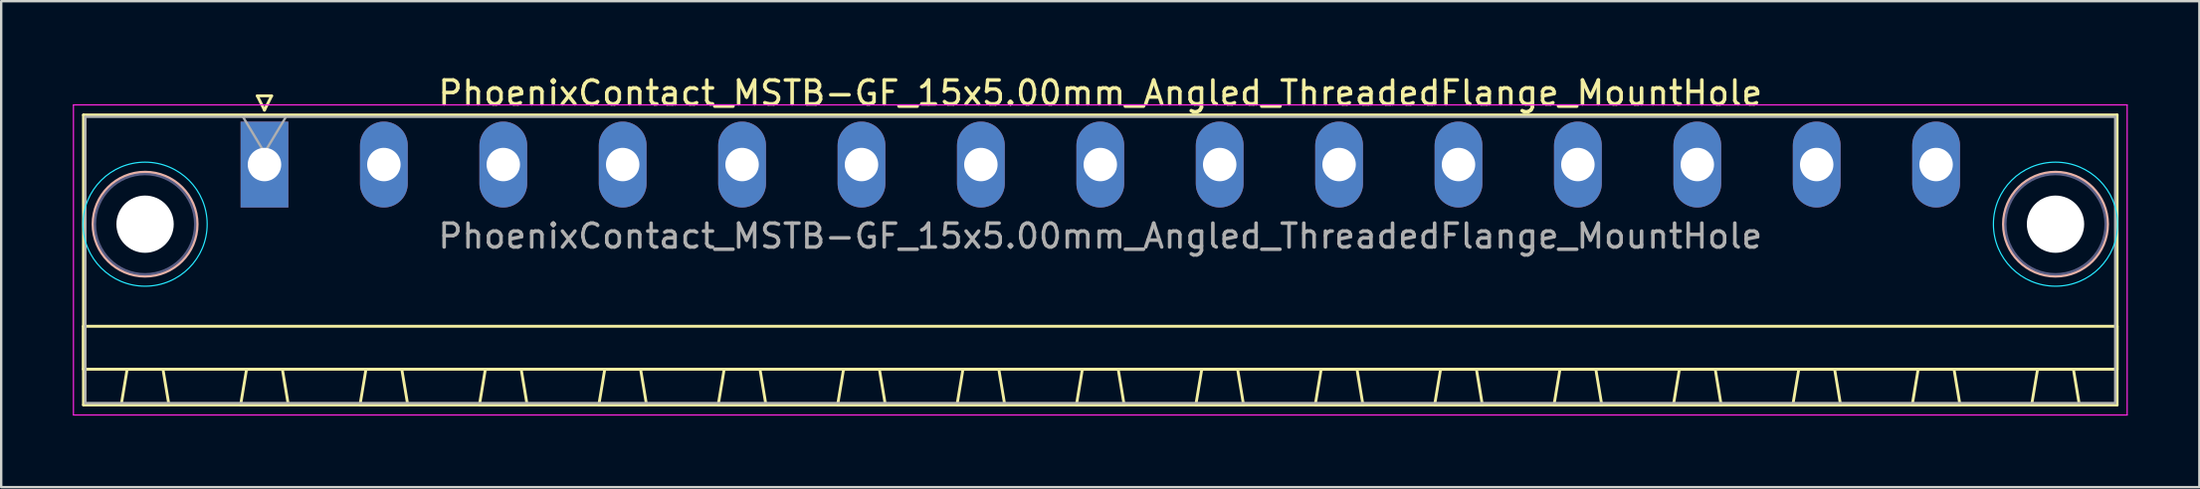
<source format=kicad_pcb>
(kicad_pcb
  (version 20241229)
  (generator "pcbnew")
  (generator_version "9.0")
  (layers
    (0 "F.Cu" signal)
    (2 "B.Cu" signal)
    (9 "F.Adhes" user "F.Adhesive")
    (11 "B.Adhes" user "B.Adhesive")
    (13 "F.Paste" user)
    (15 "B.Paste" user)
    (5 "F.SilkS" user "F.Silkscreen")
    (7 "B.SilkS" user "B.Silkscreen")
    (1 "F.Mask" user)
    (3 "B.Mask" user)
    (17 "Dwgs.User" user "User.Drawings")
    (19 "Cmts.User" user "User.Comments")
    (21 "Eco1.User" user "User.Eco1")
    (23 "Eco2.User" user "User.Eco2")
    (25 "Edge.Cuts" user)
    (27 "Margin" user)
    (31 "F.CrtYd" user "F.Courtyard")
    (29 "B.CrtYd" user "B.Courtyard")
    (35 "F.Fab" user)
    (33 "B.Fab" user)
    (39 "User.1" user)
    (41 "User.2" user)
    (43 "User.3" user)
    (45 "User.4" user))
  (footprint "PhoenixContact_MSTB-GF_15x5.00mm_Angled_ThreadedFlange_MountHole"
    (layer "F.Cu")
    (at 8.025 3.848)
    (property "Reference" "PhoenixContact_MSTB-GF_15x5.00mm_Angled_ThreadedFlange_MountHole" (at 35 -3 0) (layer "F.SilkS") (effects (font (size 1 1) (thickness 0.15))))
    (attr through_hole)
    (fp_line (start -7.58 -2.08) (end -7.58 10.08) (stroke (width 0.12) (type solid)) (layer "F.SilkS"))
    (fp_line (start -7.58 6.78) (end 77.58 6.78) (stroke (width 0.12) (type solid)) (layer "F.SilkS"))
    (fp_line (start -7.58 8.58) (end -7.58 6.78) (stroke (width 0.12) (type solid)) (layer "F.SilkS"))
    (fp_line (start -7.58 10.08) (end 77.58 10.08) (stroke (width 0.12) (type solid)) (layer "F.SilkS"))
    (fp_line (start -6 10.08) (end -4 10.08) (stroke (width 0.12) (type solid)) (layer "F.SilkS"))
    (fp_line (start -5.75 8.58) (end -6 10.08) (stroke (width 0.12) (type solid)) (layer "F.SilkS"))
    (fp_line (start -4.25 8.58) (end -5.75 8.58) (stroke (width 0.12) (type solid)) (layer "F.SilkS"))
    (fp_line (start -4 10.08) (end -4.25 8.58) (stroke (width 0.12) (type solid)) (layer "F.SilkS"))
    (fp_line (start -1 10.08) (end 1 10.08) (stroke (width 0.12) (type solid)) (layer "F.SilkS"))
    (fp_line (start -0.75 8.58) (end -1 10.08) (stroke (width 0.12) (type solid)) (layer "F.SilkS"))
    (fp_line (start -0.3 -2.88) (end 0.3 -2.88) (stroke (width 0.12) (type solid)) (layer "F.SilkS"))
    (fp_line (start 0 -2.28) (end -0.3 -2.88) (stroke (width 0.12) (type solid)) (layer "F.SilkS"))
    (fp_line (start 0.3 -2.88) (end 0 -2.28) (stroke (width 0.12) (type solid)) (layer "F.SilkS"))
    (fp_line (start 0.75 8.58) (end -0.75 8.58) (stroke (width 0.12) (type solid)) (layer "F.SilkS"))
    (fp_line (start 1 10.08) (end 0.75 8.58) (stroke (width 0.12) (type solid)) (layer "F.SilkS"))
    (fp_line (start 4 10.08) (end 6 10.08) (stroke (width 0.12) (type solid)) (layer "F.SilkS"))
    (fp_line (start 4.25 8.58) (end 4 10.08) (stroke (width 0.12) (type solid)) (layer "F.SilkS"))
    (fp_line (start 5.75 8.58) (end 4.25 8.58) (stroke (width 0.12) (type solid)) (layer "F.SilkS"))
    (fp_line (start 6 10.08) (end 5.75 8.58) (stroke (width 0.12) (type solid)) (layer "F.SilkS"))
    (fp_line (start 9 10.08) (end 11 10.08) (stroke (width 0.12) (type solid)) (layer "F.SilkS"))
    (fp_line (start 9.25 8.58) (end 9 10.08) (stroke (width 0.12) (type solid)) (layer "F.SilkS"))
    (fp_line (start 10.75 8.58) (end 9.25 8.58) (stroke (width 0.12) (type solid)) (layer "F.SilkS"))
    (fp_line (start 11 10.08) (end 10.75 8.58) (stroke (width 0.12) (type solid)) (layer "F.SilkS"))
    (fp_line (start 14 10.08) (end 16 10.08) (stroke (width 0.12) (type solid)) (layer "F.SilkS"))
    (fp_line (start 14.25 8.58) (end 14 10.08) (stroke (width 0.12) (type solid)) (layer "F.SilkS"))
    (fp_line (start 15.75 8.58) (end 14.25 8.58) (stroke (width 0.12) (type solid)) (layer "F.SilkS"))
    (fp_line (start 16 10.08) (end 15.75 8.58) (stroke (width 0.12) (type solid)) (layer "F.SilkS"))
    (fp_line (start 19 10.08) (end 21 10.08) (stroke (width 0.12) (type solid)) (layer "F.SilkS"))
    (fp_line (start 19.25 8.58) (end 19 10.08) (stroke (width 0.12) (type solid)) (layer "F.SilkS"))
    (fp_line (start 20.75 8.58) (end 19.25 8.58) (stroke (width 0.12) (type solid)) (layer "F.SilkS"))
    (fp_line (start 21 10.08) (end 20.75 8.58) (stroke (width 0.12) (type solid)) (layer "F.SilkS"))
    (fp_line (start 24 10.08) (end 26 10.08) (stroke (width 0.12) (type solid)) (layer "F.SilkS"))
    (fp_line (start 24.25 8.58) (end 24 10.08) (stroke (width 0.12) (type solid)) (layer "F.SilkS"))
    (fp_line (start 25.75 8.58) (end 24.25 8.58) (stroke (width 0.12) (type solid)) (layer "F.SilkS"))
    (fp_line (start 26 10.08) (end 25.75 8.58) (stroke (width 0.12) (type solid)) (layer "F.SilkS"))
    (fp_line (start 29 10.08) (end 31 10.08) (stroke (width 0.12) (type solid)) (layer "F.SilkS"))
    (fp_line (start 29.25 8.58) (end 29 10.08) (stroke (width 0.12) (type solid)) (layer "F.SilkS"))
    (fp_line (start 30.75 8.58) (end 29.25 8.58) (stroke (width 0.12) (type solid)) (layer "F.SilkS"))
    (fp_line (start 31 10.08) (end 30.75 8.58) (stroke (width 0.12) (type solid)) (layer "F.SilkS"))
    (fp_line (start 34 10.08) (end 36 10.08) (stroke (width 0.12) (type solid)) (layer "F.SilkS"))
    (fp_line (start 34.25 8.58) (end 34 10.08) (stroke (width 0.12) (type solid)) (layer "F.SilkS"))
    (fp_line (start 35.75 8.58) (end 34.25 8.58) (stroke (width 0.12) (type solid)) (layer "F.SilkS"))
    (fp_line (start 36 10.08) (end 35.75 8.58) (stroke (width 0.12) (type solid)) (layer "F.SilkS"))
    (fp_line (start 39 10.08) (end 41 10.08) (stroke (width 0.12) (type solid)) (layer "F.SilkS"))
    (fp_line (start 39.25 8.58) (end 39 10.08) (stroke (width 0.12) (type solid)) (layer "F.SilkS"))
    (fp_line (start 40.75 8.58) (end 39.25 8.58) (stroke (width 0.12) (type solid)) (layer "F.SilkS"))
    (fp_line (start 41 10.08) (end 40.75 8.58) (stroke (width 0.12) (type solid)) (layer "F.SilkS"))
    (fp_line (start 44 10.08) (end 46 10.08) (stroke (width 0.12) (type solid)) (layer "F.SilkS"))
    (fp_line (start 44.25 8.58) (end 44 10.08) (stroke (width 0.12) (type solid)) (layer "F.SilkS"))
    (fp_line (start 45.75 8.58) (end 44.25 8.58) (stroke (width 0.12) (type solid)) (layer "F.SilkS"))
    (fp_line (start 46 10.08) (end 45.75 8.58) (stroke (width 0.12) (type solid)) (layer "F.SilkS"))
    (fp_line (start 49 10.08) (end 51 10.08) (stroke (width 0.12) (type solid)) (layer "F.SilkS"))
    (fp_line (start 49.25 8.58) (end 49 10.08) (stroke (width 0.12) (type solid)) (layer "F.SilkS"))
    (fp_line (start 50.75 8.58) (end 49.25 8.58) (stroke (width 0.12) (type solid)) (layer "F.SilkS"))
    (fp_line (start 51 10.08) (end 50.75 8.58) (stroke (width 0.12) (type solid)) (layer "F.SilkS"))
    (fp_line (start 54 10.08) (end 56 10.08) (stroke (width 0.12) (type solid)) (layer "F.SilkS"))
    (fp_line (start 54.25 8.58) (end 54 10.08) (stroke (width 0.12) (type solid)) (layer "F.SilkS"))
    (fp_line (start 55.75 8.58) (end 54.25 8.58) (stroke (width 0.12) (type solid)) (layer "F.SilkS"))
    (fp_line (start 56 10.08) (end 55.75 8.58) (stroke (width 0.12) (type solid)) (layer "F.SilkS"))
    (fp_line (start 59 10.08) (end 61 10.08) (stroke (width 0.12) (type solid)) (layer "F.SilkS"))
    (fp_line (start 59.25 8.58) (end 59 10.08) (stroke (width 0.12) (type solid)) (layer "F.SilkS"))
    (fp_line (start 60.75 8.58) (end 59.25 8.58) (stroke (width 0.12) (type solid)) (layer "F.SilkS"))
    (fp_line (start 61 10.08) (end 60.75 8.58) (stroke (width 0.12) (type solid)) (layer "F.SilkS"))
    (fp_line (start 64 10.08) (end 66 10.08) (stroke (width 0.12) (type solid)) (layer "F.SilkS"))
    (fp_line (start 64.25 8.58) (end 64 10.08) (stroke (width 0.12) (type solid)) (layer "F.SilkS"))
    (fp_line (start 65.75 8.58) (end 64.25 8.58) (stroke (width 0.12) (type solid)) (layer "F.SilkS"))
    (fp_line (start 66 10.08) (end 65.75 8.58) (stroke (width 0.12) (type solid)) (layer "F.SilkS"))
    (fp_line (start 69 10.08) (end 71 10.08) (stroke (width 0.12) (type solid)) (layer "F.SilkS"))
    (fp_line (start 69.25 8.58) (end 69 10.08) (stroke (width 0.12) (type solid)) (layer "F.SilkS"))
    (fp_line (start 70.75 8.58) (end 69.25 8.58) (stroke (width 0.12) (type solid)) (layer "F.SilkS"))
    (fp_line (start 71 10.08) (end 70.75 8.58) (stroke (width 0.12) (type solid)) (layer "F.SilkS"))
    (fp_line (start 74 10.08) (end 76 10.08) (stroke (width 0.12) (type solid)) (layer "F.SilkS"))
    (fp_line (start 74.25 8.58) (end 74 10.08) (stroke (width 0.12) (type solid)) (layer "F.SilkS"))
    (fp_line (start 75.75 8.58) (end 74.25 8.58) (stroke (width 0.12) (type solid)) (layer "F.SilkS"))
    (fp_line (start 76 10.08) (end 75.75 8.58) (stroke (width 0.12) (type solid)) (layer "F.SilkS"))
    (fp_line (start 77.58 -2.08) (end -7.58 -2.08) (stroke (width 0.12) (type solid)) (layer "F.SilkS"))
    (fp_line (start 77.58 6.78) (end 77.58 8.58) (stroke (width 0.12) (type solid)) (layer "F.SilkS"))
    (fp_line (start 77.58 8.58) (end -7.58 8.58) (stroke (width 0.12) (type solid)) (layer "F.SilkS"))
    (fp_line (start 77.58 10.08) (end 77.58 -2.08) (stroke (width 0.12) (type solid)) (layer "F.SilkS"))
    (fp_circle (center -5 2.5) (end -2.82 2.5) (stroke (width 0.12) (type solid)) (fill no) (layer "B.SilkS"))
    (fp_circle (center 75 2.5) (end 77.18 2.5) (stroke (width 0.12) (type solid)) (fill no) (layer "B.SilkS"))
    (fp_circle (center -5 2.5) (end -2.4 2.5) (stroke (width 0.05) (type solid)) (fill no) (layer "B.CrtYd"))
    (fp_circle (center 75 2.5) (end 77.6 2.5) (stroke (width 0.05) (type solid)) (fill no) (layer "B.CrtYd"))
    (fp_line (start -8 -2.5) (end -8 10.5) (stroke (width 0.05) (type solid)) (layer "F.CrtYd"))
    (fp_line (start -8 10.5) (end 78 10.5) (stroke (width 0.05) (type solid)) (layer "F.CrtYd"))
    (fp_line (start 78 -2.5) (end -8 -2.5) (stroke (width 0.05) (type solid)) (layer "F.CrtYd"))
    (fp_line (start 78 10.5) (end 78 -2.5) (stroke (width 0.05) (type solid)) (layer "F.CrtYd"))
    (fp_circle (center -5 2.5) (end -2.9 2.5) (stroke (width 0.1) (type solid)) (fill no) (layer "B.Fab"))
    (fp_circle (center 75 2.5) (end 77.1 2.5) (stroke (width 0.1) (type solid)) (fill no) (layer "B.Fab"))
    (fp_line (start -7.5 -2) (end -7.5 10) (stroke (width 0.1) (type solid)) (layer "F.Fab"))
    (fp_line (start -7.5 10) (end 77.5 10) (stroke (width 0.1) (type solid)) (layer "F.Fab"))
    (fp_line (start 0 -0.5) (end -0.9 -2) (stroke (width 0.1) (type solid)) (layer "F.Fab"))
    (fp_line (start 0.9 -2) (end 0 -0.5) (stroke (width 0.1) (type solid)) (layer "F.Fab"))
    (fp_line (start 77.5 -2) (end -7.5 -2) (stroke (width 0.1) (type solid)) (layer "F.Fab"))
    (fp_line (start 77.5 10) (end 77.5 -2) (stroke (width 0.1) (type solid)) (layer "F.Fab"))
    (fp_text user "${REFERENCE}" (at 35 3 0) (layer "F.Fab") (effects (font (size 1 1) (thickness 0.15))))
    (pad "" np_thru_hole circle (at -5 2.5) (size 2.4 2.4) (drill 2.4) (layers "*.Cu" "*.Mask"))
    (pad "" np_thru_hole circle (at 75 2.5) (size 2.4 2.4) (drill 2.4) (layers "*.Cu" "*.Mask"))
    (pad "1" thru_hole rect (at 0 0) (size 2 3.6) (drill 1.4) (layers "*.Cu" "*.Mask"))
    (pad "2" thru_hole oval (at 5 0) (size 2 3.6) (drill 1.4) (layers "*.Cu" "*.Mask"))
    (pad "3" thru_hole oval (at 10 0) (size 2 3.6) (drill 1.4) (layers "*.Cu" "*.Mask"))
    (pad "4" thru_hole oval (at 15 0) (size 2 3.6) (drill 1.4) (layers "*.Cu" "*.Mask"))
    (pad "5" thru_hole oval (at 20 0) (size 2 3.6) (drill 1.4) (layers "*.Cu" "*.Mask"))
    (pad "6" thru_hole oval (at 25 0) (size 2 3.6) (drill 1.4) (layers "*.Cu" "*.Mask"))
    (pad "7" thru_hole oval (at 30 0) (size 2 3.6) (drill 1.4) (layers "*.Cu" "*.Mask"))
    (pad "8" thru_hole oval (at 35 0) (size 2 3.6) (drill 1.4) (layers "*.Cu" "*.Mask"))
    (pad "9" thru_hole oval (at 40 0) (size 2 3.6) (drill 1.4) (layers "*.Cu" "*.Mask"))
    (pad "10" thru_hole oval (at 45 0) (size 2 3.6) (drill 1.4) (layers "*.Cu" "*.Mask"))
    (pad "11" thru_hole oval (at 50 0) (size 2 3.6) (drill 1.4) (layers "*.Cu" "*.Mask"))
    (pad "12" thru_hole oval (at 55 0) (size 2 3.6) (drill 1.4) (layers "*.Cu" "*.Mask"))
    (pad "13" thru_hole oval (at 60 0) (size 2 3.6) (drill 1.4) (layers "*.Cu" "*.Mask"))
    (pad "14" thru_hole oval (at 65 0) (size 2 3.6) (drill 1.4) (layers "*.Cu" "*.Mask"))
    (pad "15" thru_hole oval (at 70 0) (size 2 3.6) (drill 1.4) (layers "*.Cu" "*.Mask")))
  (gr_rect
    (start -3 -3)
    (end 89.05 17.373)
    (stroke (width 0.1) (type default))
    (fill no)
    (layer "Edge.Cuts")))
</source>
